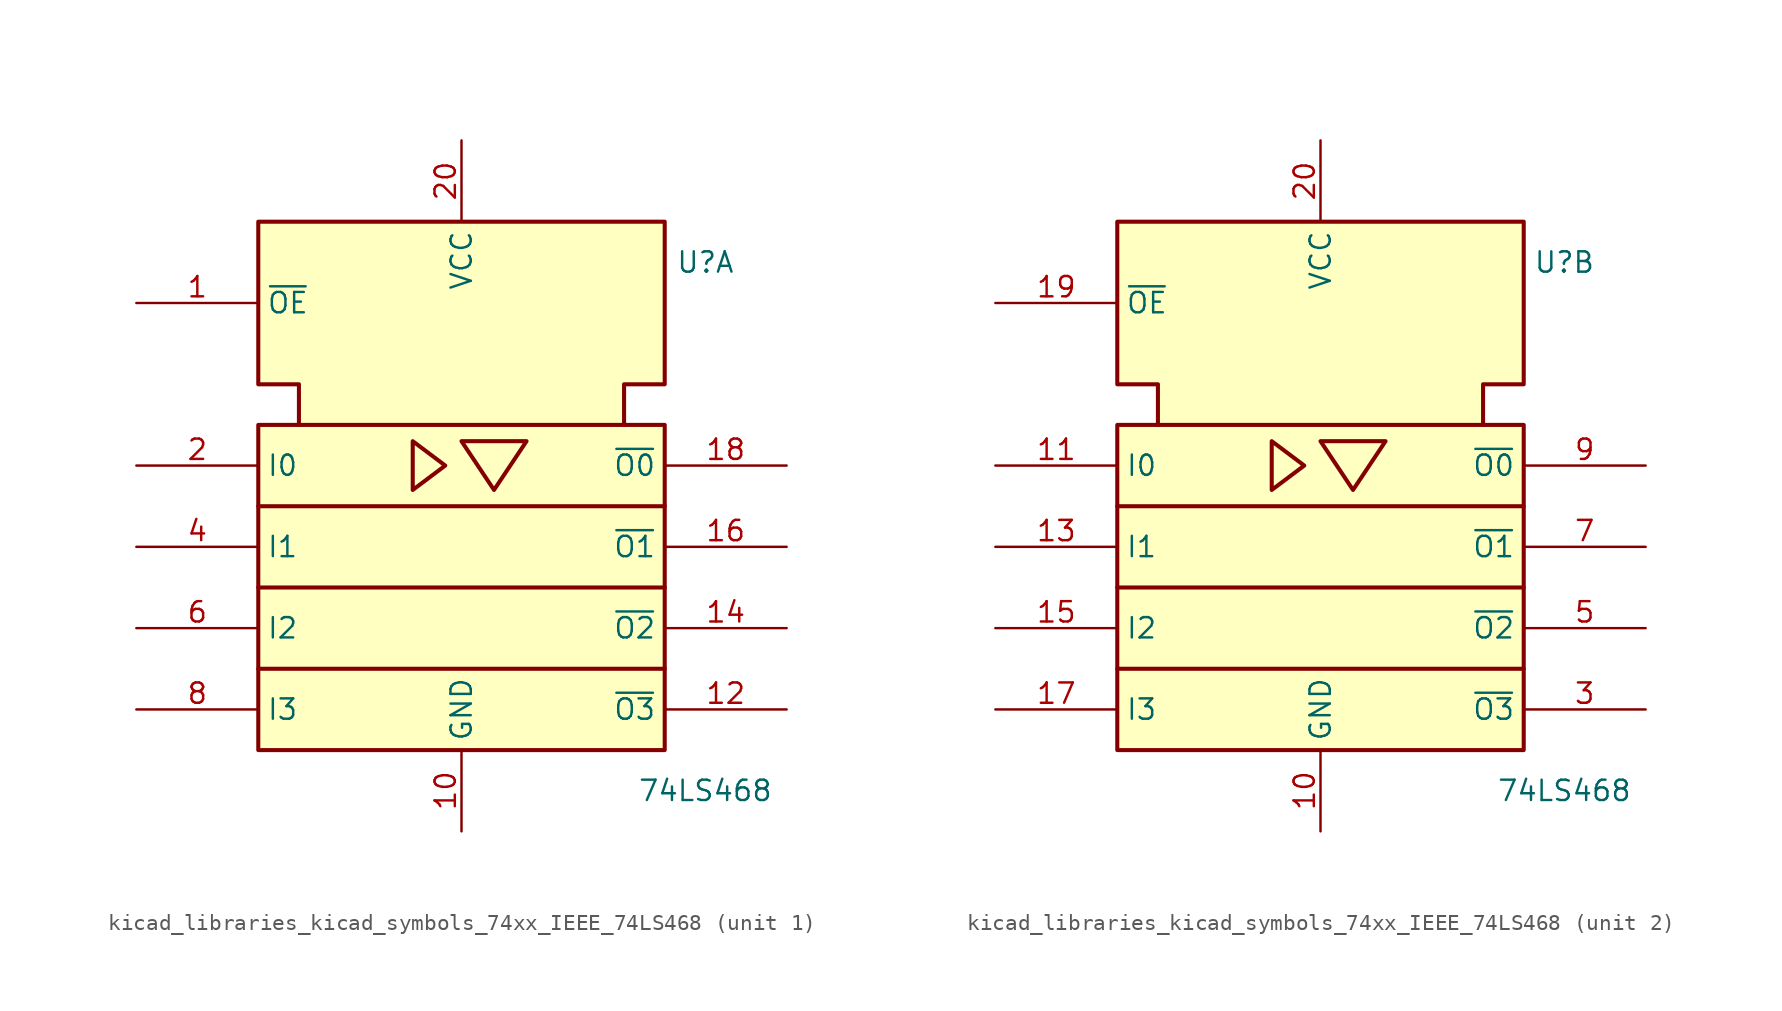
<source format=kicad_sym>
(kicad_symbol_lib
  (version 20220914)
  (generator kicad_symbol_editor)
  (symbol "kicad_libraries_kicad_symbols_74xx_IEEE_74LS468"
    (property "Reference" "U"
      (at 15.24 17.78 0)
      (effects (font (size 1.27 1.27))))
    (property "Value" "74LS468"
      (at 15.24 -15.24 0)
      (effects (font (size 1.27 1.27))))
    (symbol "kicad_libraries_kicad_symbols_74xx_IEEE_74LS468_0_0"
      (polyline (pts (xy -3.048 6.604) (xy -3.048 3.556) (xy -1.016 5.08) (xy -3.048 6.604) (xy -3.048 6.604)) (stroke (width 0.254) (type default)) (fill (type background)))
      (polyline (pts (xy 0.508 6.604) (xy 4.064 6.604) (xy 2.032 3.556) (xy 0 6.604) (xy 0.508 6.604) (xy 0.508 6.604)) (stroke (width 0.254) (type default)) (fill (type background))))
    (symbol "kicad_libraries_kicad_symbols_74xx_IEEE_74LS468_0_1"
      (rectangle (start -12.7 7.62) (end 12.7 -12.7) (stroke (width 0.254) (type default)) (fill (type background)))
      (polyline (pts (xy -12.7 -7.62) (xy 12.7 -7.62) (xy 12.7 -7.62)) (stroke (width 0.254) (type default)) (fill (type background)))
      (polyline (pts (xy -12.7 -2.54) (xy 12.7 -2.54) (xy 12.7 -2.54)) (stroke (width 0.254) (type default)) (fill (type background)))
      (polyline (pts (xy -12.7 2.54) (xy 12.7 2.54) (xy 12.7 2.54)) (stroke (width 0.254) (type default)) (fill (type background)))
      (polyline (pts (xy -10.16 7.62) (xy -10.16 10.16) (xy -12.7 10.16) (xy -12.7 20.32) (xy 12.7 20.32) (xy 12.7 10.16) (xy 10.16 10.16) (xy 10.16 7.62) (xy 10.16 7.62)) (stroke (width 0.254) (type default)) (fill (type background)))
      (pin power_in line (at 0 -17.78 90) (length 5.08) (name "GND" (effects (font (size 1.27 1.27)))) (number "10" (effects (font (size 1.27 1.27)))))
      (pin power_in line (at 0 25.4 270) (length 5.08) (name "VCC" (effects (font (size 1.27 1.27)))) (number "20" (effects (font (size 1.27 1.27))))))
    (symbol "kicad_libraries_kicad_symbols_74xx_IEEE_74LS468_1_1"
      (pin input line (at -20.32 15.24 0) (length 7.62) (name "~{OE}" (effects (font (size 1.27 1.27)))) (number "1" (effects (font (size 1.27 1.27)))))
      (pin tri_state line (at 20.32 -10.16 180) (length 7.62) (name "~{O3}" (effects (font (size 1.27 1.27)))) (number "12" (effects (font (size 1.27 1.27)))))
      (pin tri_state line (at 20.32 -5.08 180) (length 7.62) (name "~{O2}" (effects (font (size 1.27 1.27)))) (number "14" (effects (font (size 1.27 1.27)))))
      (pin tri_state line (at 20.32 0 180) (length 7.62) (name "~{O1}" (effects (font (size 1.27 1.27)))) (number "16" (effects (font (size 1.27 1.27)))))
      (pin tri_state line (at 20.32 5.08 180) (length 7.62) (name "~{O0}" (effects (font (size 1.27 1.27)))) (number "18" (effects (font (size 1.27 1.27)))))
      (pin input line (at -20.32 5.08 0) (length 7.62) (name "I0" (effects (font (size 1.27 1.27)))) (number "2" (effects (font (size 1.27 1.27)))))
      (pin input line (at -20.32 0 0) (length 7.62) (name "I1" (effects (font (size 1.27 1.27)))) (number "4" (effects (font (size 1.27 1.27)))))
      (pin input line (at -20.32 -5.08 0) (length 7.62) (name "I2" (effects (font (size 1.27 1.27)))) (number "6" (effects (font (size 1.27 1.27)))))
      (pin input line (at -20.32 -10.16 0) (length 7.62) (name "I3" (effects (font (size 1.27 1.27)))) (number "8" (effects (font (size 1.27 1.27))))))
    (symbol "kicad_libraries_kicad_symbols_74xx_IEEE_74LS468_2_1"
      (pin input line (at -20.32 5.08 0) (length 7.62) (name "I0" (effects (font (size 1.27 1.27)))) (number "11" (effects (font (size 1.27 1.27)))))
      (pin input line (at -20.32 0 0) (length 7.62) (name "I1" (effects (font (size 1.27 1.27)))) (number "13" (effects (font (size 1.27 1.27)))))
      (pin input line (at -20.32 -5.08 0) (length 7.62) (name "I2" (effects (font (size 1.27 1.27)))) (number "15" (effects (font (size 1.27 1.27)))))
      (pin input line (at -20.32 -10.16 0) (length 7.62) (name "I3" (effects (font (size 1.27 1.27)))) (number "17" (effects (font (size 1.27 1.27)))))
      (pin input line (at -20.32 15.24 0) (length 7.62) (name "~{OE}" (effects (font (size 1.27 1.27)))) (number "19" (effects (font (size 1.27 1.27)))))
      (pin tri_state line (at 20.32 -10.16 180) (length 7.62) (name "~{O3}" (effects (font (size 1.27 1.27)))) (number "3" (effects (font (size 1.27 1.27)))))
      (pin tri_state line (at 20.32 -5.08 180) (length 7.62) (name "~{O2}" (effects (font (size 1.27 1.27)))) (number "5" (effects (font (size 1.27 1.27)))))
      (pin tri_state line (at 20.32 0 180) (length 7.62) (name "~{O1}" (effects (font (size 1.27 1.27)))) (number "7" (effects (font (size 1.27 1.27)))))
      (pin tri_state line (at 20.32 5.08 180) (length 7.62) (name "~{O0}" (effects (font (size 1.27 1.27)))) (number "9" (effects (font (size 1.27 1.27))))))))
</source>
